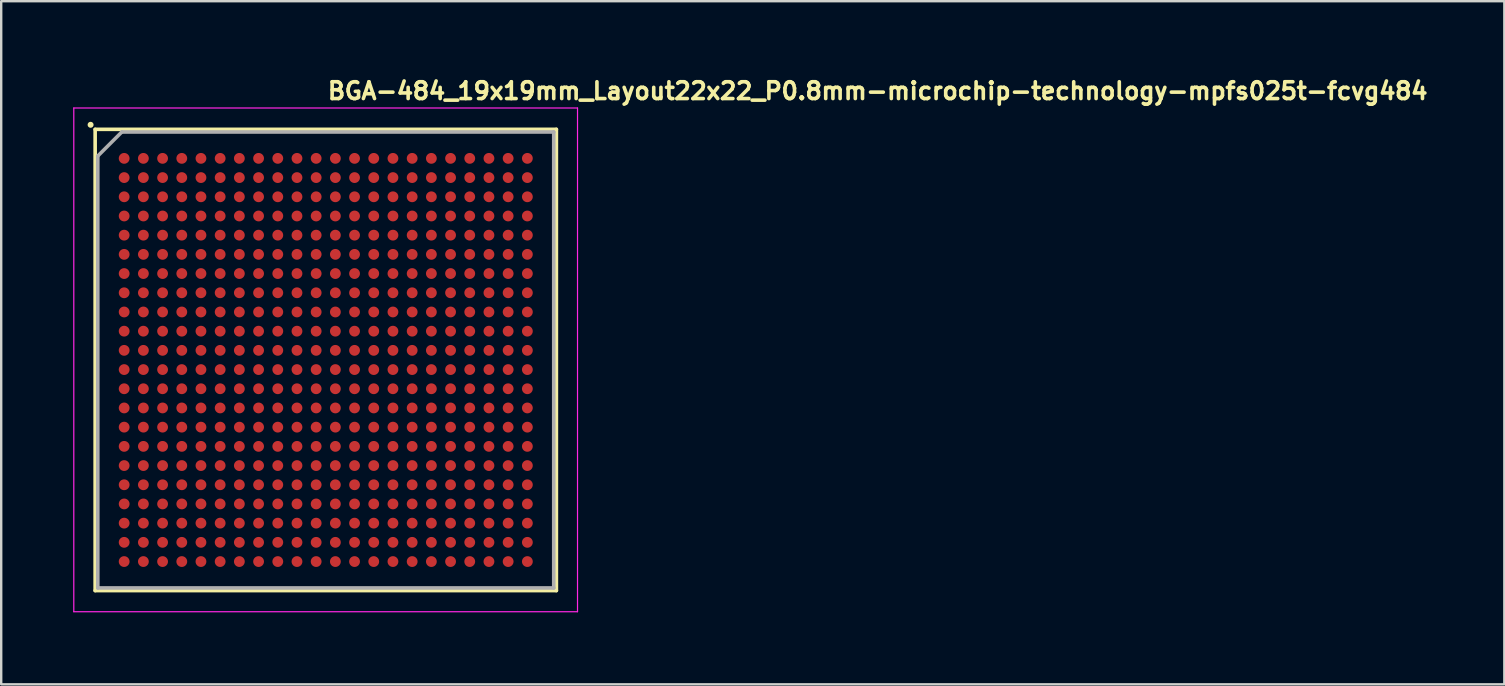
<source format=kicad_pcb>
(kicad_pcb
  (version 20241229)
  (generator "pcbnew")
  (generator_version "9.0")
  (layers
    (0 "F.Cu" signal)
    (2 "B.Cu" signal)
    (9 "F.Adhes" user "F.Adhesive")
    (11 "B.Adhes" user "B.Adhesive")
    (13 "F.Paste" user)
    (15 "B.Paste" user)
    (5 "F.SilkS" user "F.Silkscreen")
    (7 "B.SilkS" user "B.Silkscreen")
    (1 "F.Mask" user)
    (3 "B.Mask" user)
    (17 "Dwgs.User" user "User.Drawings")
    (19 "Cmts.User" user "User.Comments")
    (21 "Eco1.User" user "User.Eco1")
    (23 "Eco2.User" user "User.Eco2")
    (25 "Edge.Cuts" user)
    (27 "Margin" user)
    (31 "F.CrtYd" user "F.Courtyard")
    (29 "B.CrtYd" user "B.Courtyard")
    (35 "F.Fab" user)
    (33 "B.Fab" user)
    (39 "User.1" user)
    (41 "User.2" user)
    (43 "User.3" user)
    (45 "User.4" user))
  (footprint "BGA-484_19x19mm_Layout22x22_P0.8mm-microchip-technology-mpfs025t-fcvg484"
    (layer "F.Cu")
    (at 10.525 11.95)
    (property "Reference" "BGA-484_19x19mm_Layout22x22_P0.8mm-microchip-technology-mpfs025t-fcvg484" (at 0 -10.8 0) (layer "F.SilkS") (effects (font (size 0.7 0.7) (thickness 0.15)) (justify left bottom)))
    (attr smd)
    (fp_line (start -9.61 -9.61) (end 9.609 -9.61) (stroke (width 0.15) (type solid)) (layer "F.SilkS"))
    (fp_line (start -9.61 9.61) (end -9.61 -9.61) (stroke (width 0.15) (type solid)) (layer "F.SilkS"))
    (fp_line (start 9.609 -9.61) (end 9.609 9.609) (stroke (width 0.15) (type solid)) (layer "F.SilkS"))
    (fp_line (start 9.609 9.609) (end -9.61 9.609) (stroke (width 0.15) (type solid)) (layer "F.SilkS"))
    (fp_circle (center -9.8 -9.8) (end -9.75 -9.8) (stroke (width 0.15) (type solid)) (fill yes) (layer "F.SilkS"))
    (fp_line (start -10.5 -10.5) (end -10.5 10.49) (stroke (width 0.05) (type solid)) (layer "F.CrtYd"))
    (fp_line (start -10.5 10.49) (end 10.49 10.49) (stroke (width 0.05) (type solid)) (layer "F.CrtYd"))
    (fp_line (start 10.49 -10.5) (end -10.5 -10.5) (stroke (width 0.05) (type solid)) (layer "F.CrtYd"))
    (fp_line (start 10.49 10.49) (end 10.49 -10.5) (stroke (width 0.05) (type solid)) (layer "F.CrtYd"))
    (fp_line (start -9.5 -8.5) (end -8.5 -9.5) (stroke (width 0.15) (type solid)) (layer "F.Fab"))
    (fp_line (start -9.5 9.499) (end -9.5 -8.5) (stroke (width 0.15) (type solid)) (layer "F.Fab"))
    (fp_line (start -8.5 -9.5) (end 9.499 -9.5) (stroke (width 0.15) (type solid)) (layer "F.Fab"))
    (fp_line (start 9.499 -9.5) (end 9.499 9.499) (stroke (width 0.15) (type solid)) (layer "F.Fab"))
    (fp_line (start 9.499 9.499) (end -9.5 9.499) (stroke (width 0.15) (type solid)) (layer "F.Fab"))
    (fp_line (start -9.5 -9.5) (end -9.5 9.5) (stroke (width 0.1) (type solid)) (layer "User.9"))
    (fp_line (start -9.5 9.5) (end 9.5 9.5) (stroke (width 0.1) (type solid)) (layer "User.9"))
    (fp_line (start 9.5 -9.5) (end -9.5 -9.5) (stroke (width 0.1) (type solid)) (layer "User.9"))
    (fp_line (start 9.5 9.5) (end 9.5 -9.5) (stroke (width 0.1) (type solid)) (layer "User.9"))
    (fp_circle (center -7.6 -7.6) (end -7.126 -7.6) (stroke (width 0.1) (type default)) (fill no) (layer "User.9"))
    (pad "A1" smd circle (at -8.401 -8.401) (size 0.45 0.45) (layers "F.Cu" "F.Mask" "F.Paste"))
    (pad "A2" smd circle (at -7.6 -8.401) (size 0.45 0.45) (layers "F.Cu" "F.Mask" "F.Paste"))
    (pad "A3" smd circle (at -6.8 -8.401) (size 0.45 0.45) (layers "F.Cu" "F.Mask" "F.Paste"))
    (pad "A4" smd circle (at -6 -8.401) (size 0.45 0.45) (layers "F.Cu" "F.Mask" "F.Paste"))
    (pad "A5" smd circle (at -5.201 -8.401) (size 0.45 0.45) (layers "F.Cu" "F.Mask" "F.Paste"))
    (pad "A6" smd circle (at -4.401 -8.401) (size 0.45 0.45) (layers "F.Cu" "F.Mask" "F.Paste"))
    (pad "A7" smd circle (at -3.601 -8.401) (size 0.45 0.45) (layers "F.Cu" "F.Mask" "F.Paste"))
    (pad "A8" smd circle (at -2.8 -8.401) (size 0.45 0.45) (layers "F.Cu" "F.Mask" "F.Paste"))
    (pad "A9" smd circle (at -2 -8.401) (size 0.45 0.45) (layers "F.Cu" "F.Mask" "F.Paste"))
    (pad "A10" smd circle (at -1.2 -8.401) (size 0.45 0.45) (layers "F.Cu" "F.Mask" "F.Paste"))
    (pad "A11" smd circle (at -0.401 -8.401) (size 0.45 0.45) (layers "F.Cu" "F.Mask" "F.Paste"))
    (pad "A12" smd circle (at 0.4 -8.401) (size 0.45 0.45) (layers "F.Cu" "F.Mask" "F.Paste"))
    (pad "A13" smd circle (at 1.199 -8.401) (size 0.45 0.45) (layers "F.Cu" "F.Mask" "F.Paste"))
    (pad "A14" smd circle (at 1.999 -8.401) (size 0.45 0.45) (layers "F.Cu" "F.Mask" "F.Paste"))
    (pad "A15" smd circle (at 2.799 -8.401) (size 0.45 0.45) (layers "F.Cu" "F.Mask" "F.Paste"))
    (pad "A16" smd circle (at 3.6 -8.401) (size 0.45 0.45) (layers "F.Cu" "F.Mask" "F.Paste"))
    (pad "A17" smd circle (at 4.4 -8.401) (size 0.45 0.45) (layers "F.Cu" "F.Mask" "F.Paste"))
    (pad "A18" smd circle (at 5.2 -8.401) (size 0.45 0.45) (layers "F.Cu" "F.Mask" "F.Paste"))
    (pad "A19" smd circle (at 5.999 -8.401) (size 0.45 0.45) (layers "F.Cu" "F.Mask" "F.Paste"))
    (pad "A20" smd circle (at 6.799 -8.401) (size 0.45 0.45) (layers "F.Cu" "F.Mask" "F.Paste"))
    (pad "A21" smd circle (at 7.599 -8.401) (size 0.45 0.45) (layers "F.Cu" "F.Mask" "F.Paste"))
    (pad "A22" smd circle (at 8.4 -8.401) (size 0.45 0.45) (layers "F.Cu" "F.Mask" "F.Paste"))
    (pad "AA1" smd circle (at -8.401 7.599) (size 0.45 0.45) (layers "F.Cu" "F.Mask" "F.Paste"))
    (pad "AA2" smd circle (at -7.6 7.599) (size 0.45 0.45) (layers "F.Cu" "F.Mask" "F.Paste"))
    (pad "AA3" smd circle (at -6.8 7.599) (size 0.45 0.45) (layers "F.Cu" "F.Mask" "F.Paste"))
    (pad "AA4" smd circle (at -6 7.599) (size 0.45 0.45) (layers "F.Cu" "F.Mask" "F.Paste"))
    (pad "AA5" smd circle (at -5.201 7.599) (size 0.45 0.45) (layers "F.Cu" "F.Mask" "F.Paste"))
    (pad "AA6" smd circle (at -4.401 7.599) (size 0.45 0.45) (layers "F.Cu" "F.Mask" "F.Paste"))
    (pad "AA7" smd circle (at -3.601 7.599) (size 0.45 0.45) (layers "F.Cu" "F.Mask" "F.Paste"))
    (pad "AA8" smd circle (at -2.8 7.599) (size 0.45 0.45) (layers "F.Cu" "F.Mask" "F.Paste"))
    (pad "AA9" smd circle (at -2 7.599) (size 0.45 0.45) (layers "F.Cu" "F.Mask" "F.Paste"))
    (pad "AA10" smd circle (at -1.2 7.599) (size 0.45 0.45) (layers "F.Cu" "F.Mask" "F.Paste"))
    (pad "AA11" smd circle (at -0.401 7.599) (size 0.45 0.45) (layers "F.Cu" "F.Mask" "F.Paste"))
    (pad "AA12" smd circle (at 0.4 7.599) (size 0.45 0.45) (layers "F.Cu" "F.Mask" "F.Paste"))
    (pad "AA13" smd circle (at 1.199 7.599) (size 0.45 0.45) (layers "F.Cu" "F.Mask" "F.Paste"))
    (pad "AA14" smd circle (at 1.999 7.599) (size 0.45 0.45) (layers "F.Cu" "F.Mask" "F.Paste"))
    (pad "AA15" smd circle (at 2.799 7.599) (size 0.45 0.45) (layers "F.Cu" "F.Mask" "F.Paste"))
    (pad "AA16" smd circle (at 3.6 7.599) (size 0.45 0.45) (layers "F.Cu" "F.Mask" "F.Paste"))
    (pad "AA17" smd circle (at 4.4 7.599) (size 0.45 0.45) (layers "F.Cu" "F.Mask" "F.Paste"))
    (pad "AA18" smd circle (at 5.2 7.599) (size 0.45 0.45) (layers "F.Cu" "F.Mask" "F.Paste"))
    (pad "AA19" smd circle (at 5.999 7.599) (size 0.45 0.45) (layers "F.Cu" "F.Mask" "F.Paste"))
    (pad "AA20" smd circle (at 6.799 7.599) (size 0.45 0.45) (layers "F.Cu" "F.Mask" "F.Paste"))
    (pad "AA21" smd circle (at 7.599 7.599) (size 0.45 0.45) (layers "F.Cu" "F.Mask" "F.Paste"))
    (pad "AA22" smd circle (at 8.4 7.599) (size 0.45 0.45) (layers "F.Cu" "F.Mask" "F.Paste"))
    (pad "AB1" smd circle (at -8.401 8.4) (size 0.45 0.45) (layers "F.Cu" "F.Mask" "F.Paste"))
    (pad "AB2" smd circle (at -7.6 8.4) (size 0.45 0.45) (layers "F.Cu" "F.Mask" "F.Paste"))
    (pad "AB3" smd circle (at -6.8 8.4) (size 0.45 0.45) (layers "F.Cu" "F.Mask" "F.Paste"))
    (pad "AB4" smd circle (at -6 8.4) (size 0.45 0.45) (layers "F.Cu" "F.Mask" "F.Paste"))
    (pad "AB5" smd circle (at -5.201 8.4) (size 0.45 0.45) (layers "F.Cu" "F.Mask" "F.Paste"))
    (pad "AB6" smd circle (at -4.401 8.4) (size 0.45 0.45) (layers "F.Cu" "F.Mask" "F.Paste"))
    (pad "AB7" smd circle (at -3.601 8.4) (size 0.45 0.45) (layers "F.Cu" "F.Mask" "F.Paste"))
    (pad "AB8" smd circle (at -2.8 8.4) (size 0.45 0.45) (layers "F.Cu" "F.Mask" "F.Paste"))
    (pad "AB9" smd circle (at -2 8.4) (size 0.45 0.45) (layers "F.Cu" "F.Mask" "F.Paste"))
    (pad "AB10" smd circle (at -1.2 8.4) (size 0.45 0.45) (layers "F.Cu" "F.Mask" "F.Paste"))
    (pad "AB11" smd circle (at -0.401 8.4) (size 0.45 0.45) (layers "F.Cu" "F.Mask" "F.Paste"))
    (pad "AB12" smd circle (at 0.4 8.4) (size 0.45 0.45) (layers "F.Cu" "F.Mask" "F.Paste"))
    (pad "AB13" smd circle (at 1.199 8.4) (size 0.45 0.45) (layers "F.Cu" "F.Mask" "F.Paste"))
    (pad "AB14" smd circle (at 1.999 8.4) (size 0.45 0.45) (layers "F.Cu" "F.Mask" "F.Paste"))
    (pad "AB15" smd circle (at 2.799 8.4) (size 0.45 0.45) (layers "F.Cu" "F.Mask" "F.Paste"))
    (pad "AB16" smd circle (at 3.6 8.4) (size 0.45 0.45) (layers "F.Cu" "F.Mask" "F.Paste"))
    (pad "AB17" smd circle (at 4.4 8.4) (size 0.45 0.45) (layers "F.Cu" "F.Mask" "F.Paste"))
    (pad "AB18" smd circle (at 5.2 8.4) (size 0.45 0.45) (layers "F.Cu" "F.Mask" "F.Paste"))
    (pad "AB19" smd circle (at 5.999 8.4) (size 0.45 0.45) (layers "F.Cu" "F.Mask" "F.Paste"))
    (pad "AB20" smd circle (at 6.799 8.4) (size 0.45 0.45) (layers "F.Cu" "F.Mask" "F.Paste"))
    (pad "AB21" smd circle (at 7.599 8.4) (size 0.45 0.45) (layers "F.Cu" "F.Mask" "F.Paste"))
    (pad "AB22" smd circle (at 8.4 8.4) (size 0.45 0.45) (layers "F.Cu" "F.Mask" "F.Paste"))
    (pad "B1" smd circle (at -8.401 -7.6) (size 0.45 0.45) (layers "F.Cu" "F.Mask" "F.Paste"))
    (pad "B2" smd circle (at -7.6 -7.6) (size 0.45 0.45) (layers "F.Cu" "F.Mask" "F.Paste"))
    (pad "B3" smd circle (at -6.8 -7.6) (size 0.45 0.45) (layers "F.Cu" "F.Mask" "F.Paste"))
    (pad "B4" smd circle (at -6 -7.6) (size 0.45 0.45) (layers "F.Cu" "F.Mask" "F.Paste"))
    (pad "B5" smd circle (at -5.201 -7.6) (size 0.45 0.45) (layers "F.Cu" "F.Mask" "F.Paste"))
    (pad "B6" smd circle (at -4.401 -7.6) (size 0.45 0.45) (layers "F.Cu" "F.Mask" "F.Paste"))
    (pad "B7" smd circle (at -3.601 -7.6) (size 0.45 0.45) (layers "F.Cu" "F.Mask" "F.Paste"))
    (pad "B8" smd circle (at -2.8 -7.6) (size 0.45 0.45) (layers "F.Cu" "F.Mask" "F.Paste"))
    (pad "B9" smd circle (at -2 -7.6) (size 0.45 0.45) (layers "F.Cu" "F.Mask" "F.Paste"))
    (pad "B10" smd circle (at -1.2 -7.6) (size 0.45 0.45) (layers "F.Cu" "F.Mask" "F.Paste"))
    (pad "B11" smd circle (at -0.401 -7.6) (size 0.45 0.45) (layers "F.Cu" "F.Mask" "F.Paste"))
    (pad "B12" smd circle (at 0.4 -7.6) (size 0.45 0.45) (layers "F.Cu" "F.Mask" "F.Paste"))
    (pad "B13" smd circle (at 1.199 -7.6) (size 0.45 0.45) (layers "F.Cu" "F.Mask" "F.Paste"))
    (pad "B14" smd circle (at 1.999 -7.6) (size 0.45 0.45) (layers "F.Cu" "F.Mask" "F.Paste"))
    (pad "B15" smd circle (at 2.799 -7.6) (size 0.45 0.45) (layers "F.Cu" "F.Mask" "F.Paste"))
    (pad "B16" smd circle (at 3.6 -7.6) (size 0.45 0.45) (layers "F.Cu" "F.Mask" "F.Paste"))
    (pad "B17" smd circle (at 4.4 -7.6) (size 0.45 0.45) (layers "F.Cu" "F.Mask" "F.Paste"))
    (pad "B18" smd circle (at 5.2 -7.6) (size 0.45 0.45) (layers "F.Cu" "F.Mask" "F.Paste"))
    (pad "B19" smd circle (at 5.999 -7.6) (size 0.45 0.45) (layers "F.Cu" "F.Mask" "F.Paste"))
    (pad "B20" smd circle (at 6.799 -7.6) (size 0.45 0.45) (layers "F.Cu" "F.Mask" "F.Paste"))
    (pad "B21" smd circle (at 7.599 -7.6) (size 0.45 0.45) (layers "F.Cu" "F.Mask" "F.Paste"))
    (pad "B22" smd circle (at 8.4 -7.6) (size 0.45 0.45) (layers "F.Cu" "F.Mask" "F.Paste"))
    (pad "C1" smd circle (at -8.401 -6.8) (size 0.45 0.45) (layers "F.Cu" "F.Mask" "F.Paste"))
    (pad "C2" smd circle (at -7.6 -6.8) (size 0.45 0.45) (layers "F.Cu" "F.Mask" "F.Paste"))
    (pad "C3" smd circle (at -6.8 -6.8) (size 0.45 0.45) (layers "F.Cu" "F.Mask" "F.Paste"))
    (pad "C4" smd circle (at -6 -6.8) (size 0.45 0.45) (layers "F.Cu" "F.Mask" "F.Paste"))
    (pad "C5" smd circle (at -5.201 -6.8) (size 0.45 0.45) (layers "F.Cu" "F.Mask" "F.Paste"))
    (pad "C6" smd circle (at -4.401 -6.8) (size 0.45 0.45) (layers "F.Cu" "F.Mask" "F.Paste"))
    (pad "C7" smd circle (at -3.601 -6.8) (size 0.45 0.45) (layers "F.Cu" "F.Mask" "F.Paste"))
    (pad "C8" smd circle (at -2.8 -6.8) (size 0.45 0.45) (layers "F.Cu" "F.Mask" "F.Paste"))
    (pad "C9" smd circle (at -2 -6.8) (size 0.45 0.45) (layers "F.Cu" "F.Mask" "F.Paste"))
    (pad "C10" smd circle (at -1.2 -6.8) (size 0.45 0.45) (layers "F.Cu" "F.Mask" "F.Paste"))
    (pad "C11" smd circle (at -0.401 -6.8) (size 0.45 0.45) (layers "F.Cu" "F.Mask" "F.Paste"))
    (pad "C12" smd circle (at 0.4 -6.8) (size 0.45 0.45) (layers "F.Cu" "F.Mask" "F.Paste"))
    (pad "C13" smd circle (at 1.199 -6.8) (size 0.45 0.45) (layers "F.Cu" "F.Mask" "F.Paste"))
    (pad "C14" smd circle (at 1.999 -6.8) (size 0.45 0.45) (layers "F.Cu" "F.Mask" "F.Paste"))
    (pad "C15" smd circle (at 2.799 -6.8) (size 0.45 0.45) (layers "F.Cu" "F.Mask" "F.Paste"))
    (pad "C16" smd circle (at 3.6 -6.8) (size 0.45 0.45) (layers "F.Cu" "F.Mask" "F.Paste"))
    (pad "C17" smd circle (at 4.4 -6.8) (size 0.45 0.45) (layers "F.Cu" "F.Mask" "F.Paste"))
    (pad "C18" smd circle (at 5.2 -6.8) (size 0.45 0.45) (layers "F.Cu" "F.Mask" "F.Paste"))
    (pad "C19" smd circle (at 5.999 -6.8) (size 0.45 0.45) (layers "F.Cu" "F.Mask" "F.Paste"))
    (pad "C20" smd circle (at 6.799 -6.8) (size 0.45 0.45) (layers "F.Cu" "F.Mask" "F.Paste"))
    (pad "C21" smd circle (at 7.599 -6.8) (size 0.45 0.45) (layers "F.Cu" "F.Mask" "F.Paste"))
    (pad "C22" smd circle (at 8.4 -6.8) (size 0.45 0.45) (layers "F.Cu" "F.Mask" "F.Paste"))
    (pad "D1" smd circle (at -8.401 -6) (size 0.45 0.45) (layers "F.Cu" "F.Mask" "F.Paste"))
    (pad "D2" smd circle (at -7.6 -6) (size 0.45 0.45) (layers "F.Cu" "F.Mask" "F.Paste"))
    (pad "D3" smd circle (at -6.8 -6) (size 0.45 0.45) (layers "F.Cu" "F.Mask" "F.Paste"))
    (pad "D4" smd circle (at -6 -6) (size 0.45 0.45) (layers "F.Cu" "F.Mask" "F.Paste"))
    (pad "D5" smd circle (at -5.201 -6) (size 0.45 0.45) (layers "F.Cu" "F.Mask" "F.Paste"))
    (pad "D6" smd circle (at -4.401 -6) (size 0.45 0.45) (layers "F.Cu" "F.Mask" "F.Paste"))
    (pad "D7" smd circle (at -3.601 -6) (size 0.45 0.45) (layers "F.Cu" "F.Mask" "F.Paste"))
    (pad "D8" smd circle (at -2.8 -6) (size 0.45 0.45) (layers "F.Cu" "F.Mask" "F.Paste"))
    (pad "D9" smd circle (at -2 -6) (size 0.45 0.45) (layers "F.Cu" "F.Mask" "F.Paste"))
    (pad "D10" smd circle (at -1.2 -6) (size 0.45 0.45) (layers "F.Cu" "F.Mask" "F.Paste"))
    (pad "D11" smd circle (at -0.401 -6) (size 0.45 0.45) (layers "F.Cu" "F.Mask" "F.Paste"))
    (pad "D12" smd circle (at 0.4 -6) (size 0.45 0.45) (layers "F.Cu" "F.Mask" "F.Paste"))
    (pad "D13" smd circle (at 1.199 -6) (size 0.45 0.45) (layers "F.Cu" "F.Mask" "F.Paste"))
    (pad "D14" smd circle (at 1.999 -6) (size 0.45 0.45) (layers "F.Cu" "F.Mask" "F.Paste"))
    (pad "D15" smd circle (at 2.799 -6) (size 0.45 0.45) (layers "F.Cu" "F.Mask" "F.Paste"))
    (pad "D16" smd circle (at 3.6 -6) (size 0.45 0.45) (layers "F.Cu" "F.Mask" "F.Paste"))
    (pad "D17" smd circle (at 4.4 -6) (size 0.45 0.45) (layers "F.Cu" "F.Mask" "F.Paste"))
    (pad "D18" smd circle (at 5.2 -6) (size 0.45 0.45) (layers "F.Cu" "F.Mask" "F.Paste"))
    (pad "D19" smd circle (at 5.999 -6) (size 0.45 0.45) (layers "F.Cu" "F.Mask" "F.Paste"))
    (pad "D20" smd circle (at 6.799 -6) (size 0.45 0.45) (layers "F.Cu" "F.Mask" "F.Paste"))
    (pad "D21" smd circle (at 7.599 -6) (size 0.45 0.45) (layers "F.Cu" "F.Mask" "F.Paste"))
    (pad "D22" smd circle (at 8.4 -6) (size 0.45 0.45) (layers "F.Cu" "F.Mask" "F.Paste"))
    (pad "E1" smd circle (at -8.401 -5.201) (size 0.45 0.45) (layers "F.Cu" "F.Mask" "F.Paste"))
    (pad "E2" smd circle (at -7.6 -5.201) (size 0.45 0.45) (layers "F.Cu" "F.Mask" "F.Paste"))
    (pad "E3" smd circle (at -6.8 -5.201) (size 0.45 0.45) (layers "F.Cu" "F.Mask" "F.Paste"))
    (pad "E4" smd circle (at -6 -5.201) (size 0.45 0.45) (layers "F.Cu" "F.Mask" "F.Paste"))
    (pad "E5" smd circle (at -5.201 -5.201) (size 0.45 0.45) (layers "F.Cu" "F.Mask" "F.Paste"))
    (pad "E6" smd circle (at -4.401 -5.201) (size 0.45 0.45) (layers "F.Cu" "F.Mask" "F.Paste"))
    (pad "E7" smd circle (at -3.601 -5.201) (size 0.45 0.45) (layers "F.Cu" "F.Mask" "F.Paste"))
    (pad "E8" smd circle (at -2.8 -5.201) (size 0.45 0.45) (layers "F.Cu" "F.Mask" "F.Paste"))
    (pad "E9" smd circle (at -2 -5.201) (size 0.45 0.45) (layers "F.Cu" "F.Mask" "F.Paste"))
    (pad "E10" smd circle (at -1.2 -5.201) (size 0.45 0.45) (layers "F.Cu" "F.Mask" "F.Paste"))
    (pad "E11" smd circle (at -0.401 -5.201) (size 0.45 0.45) (layers "F.Cu" "F.Mask" "F.Paste"))
    (pad "E12" smd circle (at 0.4 -5.201) (size 0.45 0.45) (layers "F.Cu" "F.Mask" "F.Paste"))
    (pad "E13" smd circle (at 1.199 -5.201) (size 0.45 0.45) (layers "F.Cu" "F.Mask" "F.Paste"))
    (pad "E14" smd circle (at 1.999 -5.201) (size 0.45 0.45) (layers "F.Cu" "F.Mask" "F.Paste"))
    (pad "E15" smd circle (at 2.799 -5.201) (size 0.45 0.45) (layers "F.Cu" "F.Mask" "F.Paste"))
    (pad "E16" smd circle (at 3.6 -5.201) (size 0.45 0.45) (layers "F.Cu" "F.Mask" "F.Paste"))
    (pad "E17" smd circle (at 4.4 -5.201) (size 0.45 0.45) (layers "F.Cu" "F.Mask" "F.Paste"))
    (pad "E18" smd circle (at 5.2 -5.201) (size 0.45 0.45) (layers "F.Cu" "F.Mask" "F.Paste"))
    (pad "E19" smd circle (at 5.999 -5.201) (size 0.45 0.45) (layers "F.Cu" "F.Mask" "F.Paste"))
    (pad "E20" smd circle (at 6.799 -5.201) (size 0.45 0.45) (layers "F.Cu" "F.Mask" "F.Paste"))
    (pad "E21" smd circle (at 7.599 -5.201) (size 0.45 0.45) (layers "F.Cu" "F.Mask" "F.Paste"))
    (pad "E22" smd circle (at 8.4 -5.201) (size 0.45 0.45) (layers "F.Cu" "F.Mask" "F.Paste"))
    (pad "F1" smd circle (at -8.401 -4.401) (size 0.45 0.45) (layers "F.Cu" "F.Mask" "F.Paste"))
    (pad "F2" smd circle (at -7.6 -4.401) (size 0.45 0.45) (layers "F.Cu" "F.Mask" "F.Paste"))
    (pad "F3" smd circle (at -6.8 -4.401) (size 0.45 0.45) (layers "F.Cu" "F.Mask" "F.Paste"))
    (pad "F4" smd circle (at -6 -4.401) (size 0.45 0.45) (layers "F.Cu" "F.Mask" "F.Paste"))
    (pad "F5" smd circle (at -5.201 -4.401) (size 0.45 0.45) (layers "F.Cu" "F.Mask" "F.Paste"))
    (pad "F6" smd circle (at -4.401 -4.401) (size 0.45 0.45) (layers "F.Cu" "F.Mask" "F.Paste"))
    (pad "F7" smd circle (at -3.601 -4.401) (size 0.45 0.45) (layers "F.Cu" "F.Mask" "F.Paste"))
    (pad "F8" smd circle (at -2.8 -4.401) (size 0.45 0.45) (layers "F.Cu" "F.Mask" "F.Paste"))
    (pad "F9" smd circle (at -2 -4.401) (size 0.45 0.45) (layers "F.Cu" "F.Mask" "F.Paste"))
    (pad "F10" smd circle (at -1.2 -4.401) (size 0.45 0.45) (layers "F.Cu" "F.Mask" "F.Paste"))
    (pad "F11" smd circle (at -0.401 -4.401) (size 0.45 0.45) (layers "F.Cu" "F.Mask" "F.Paste"))
    (pad "F12" smd circle (at 0.4 -4.401) (size 0.45 0.45) (layers "F.Cu" "F.Mask" "F.Paste"))
    (pad "F13" smd circle (at 1.199 -4.401) (size 0.45 0.45) (layers "F.Cu" "F.Mask" "F.Paste"))
    (pad "F14" smd circle (at 1.999 -4.401) (size 0.45 0.45) (layers "F.Cu" "F.Mask" "F.Paste"))
    (pad "F15" smd circle (at 2.799 -4.401) (size 0.45 0.45) (layers "F.Cu" "F.Mask" "F.Paste"))
    (pad "F16" smd circle (at 3.6 -4.401) (size 0.45 0.45) (layers "F.Cu" "F.Mask" "F.Paste"))
    (pad "F17" smd circle (at 4.4 -4.401) (size 0.45 0.45) (layers "F.Cu" "F.Mask" "F.Paste"))
    (pad "F18" smd circle (at 5.2 -4.401) (size 0.45 0.45) (layers "F.Cu" "F.Mask" "F.Paste"))
    (pad "F19" smd circle (at 5.999 -4.401) (size 0.45 0.45) (layers "F.Cu" "F.Mask" "F.Paste"))
    (pad "F20" smd circle (at 6.799 -4.401) (size 0.45 0.45) (layers "F.Cu" "F.Mask" "F.Paste"))
    (pad "F21" smd circle (at 7.599 -4.401) (size 0.45 0.45) (layers "F.Cu" "F.Mask" "F.Paste"))
    (pad "F22" smd circle (at 8.4 -4.401) (size 0.45 0.45) (layers "F.Cu" "F.Mask" "F.Paste"))
    (pad "G1" smd circle (at -8.401 -3.601) (size 0.45 0.45) (layers "F.Cu" "F.Mask" "F.Paste"))
    (pad "G2" smd circle (at -7.6 -3.601) (size 0.45 0.45) (layers "F.Cu" "F.Mask" "F.Paste"))
    (pad "G3" smd circle (at -6.8 -3.601) (size 0.45 0.45) (layers "F.Cu" "F.Mask" "F.Paste"))
    (pad "G4" smd circle (at -6 -3.601) (size 0.45 0.45) (layers "F.Cu" "F.Mask" "F.Paste"))
    (pad "G5" smd circle (at -5.201 -3.601) (size 0.45 0.45) (layers "F.Cu" "F.Mask" "F.Paste"))
    (pad "G6" smd circle (at -4.401 -3.601) (size 0.45 0.45) (layers "F.Cu" "F.Mask" "F.Paste"))
    (pad "G7" smd circle (at -3.601 -3.601) (size 0.45 0.45) (layers "F.Cu" "F.Mask" "F.Paste"))
    (pad "G8" smd circle (at -2.8 -3.601) (size 0.45 0.45) (layers "F.Cu" "F.Mask" "F.Paste"))
    (pad "G9" smd circle (at -2 -3.601) (size 0.45 0.45) (layers "F.Cu" "F.Mask" "F.Paste"))
    (pad "G10" smd circle (at -1.2 -3.601) (size 0.45 0.45) (layers "F.Cu" "F.Mask" "F.Paste"))
    (pad "G11" smd circle (at -0.401 -3.601) (size 0.45 0.45) (layers "F.Cu" "F.Mask" "F.Paste"))
    (pad "G12" smd circle (at 0.4 -3.601) (size 0.45 0.45) (layers "F.Cu" "F.Mask" "F.Paste"))
    (pad "G13" smd circle (at 1.199 -3.601) (size 0.45 0.45) (layers "F.Cu" "F.Mask" "F.Paste"))
    (pad "G14" smd circle (at 1.999 -3.601) (size 0.45 0.45) (layers "F.Cu" "F.Mask" "F.Paste"))
    (pad "G15" smd circle (at 2.799 -3.601) (size 0.45 0.45) (layers "F.Cu" "F.Mask" "F.Paste"))
    (pad "G16" smd circle (at 3.6 -3.601) (size 0.45 0.45) (layers "F.Cu" "F.Mask" "F.Paste"))
    (pad "G17" smd circle (at 4.4 -3.601) (size 0.45 0.45) (layers "F.Cu" "F.Mask" "F.Paste"))
    (pad "G18" smd circle (at 5.2 -3.601) (size 0.45 0.45) (layers "F.Cu" "F.Mask" "F.Paste"))
    (pad "G19" smd circle (at 5.999 -3.601) (size 0.45 0.45) (layers "F.Cu" "F.Mask" "F.Paste"))
    (pad "G20" smd circle (at 6.799 -3.601) (size 0.45 0.45) (layers "F.Cu" "F.Mask" "F.Paste"))
    (pad "G21" smd circle (at 7.599 -3.601) (size 0.45 0.45) (layers "F.Cu" "F.Mask" "F.Paste"))
    (pad "G22" smd circle (at 8.4 -3.601) (size 0.45 0.45) (layers "F.Cu" "F.Mask" "F.Paste"))
    (pad "H1" smd circle (at -8.401 -2.8) (size 0.45 0.45) (layers "F.Cu" "F.Mask" "F.Paste"))
    (pad "H2" smd circle (at -7.6 -2.8) (size 0.45 0.45) (layers "F.Cu" "F.Mask" "F.Paste"))
    (pad "H3" smd circle (at -6.8 -2.8) (size 0.45 0.45) (layers "F.Cu" "F.Mask" "F.Paste"))
    (pad "H4" smd circle (at -6 -2.8) (size 0.45 0.45) (layers "F.Cu" "F.Mask" "F.Paste"))
    (pad "H5" smd circle (at -5.201 -2.8) (size 0.45 0.45) (layers "F.Cu" "F.Mask" "F.Paste"))
    (pad "H6" smd circle (at -4.401 -2.8) (size 0.45 0.45) (layers "F.Cu" "F.Mask" "F.Paste"))
    (pad "H7" smd circle (at -3.601 -2.8) (size 0.45 0.45) (layers "F.Cu" "F.Mask" "F.Paste"))
    (pad "H8" smd circle (at -2.8 -2.8) (size 0.45 0.45) (layers "F.Cu" "F.Mask" "F.Paste"))
    (pad "H9" smd circle (at -2 -2.8) (size 0.45 0.45) (layers "F.Cu" "F.Mask" "F.Paste"))
    (pad "H10" smd circle (at -1.2 -2.8) (size 0.45 0.45) (layers "F.Cu" "F.Mask" "F.Paste"))
    (pad "H11" smd circle (at -0.401 -2.8) (size 0.45 0.45) (layers "F.Cu" "F.Mask" "F.Paste"))
    (pad "H12" smd circle (at 0.4 -2.8) (size 0.45 0.45) (layers "F.Cu" "F.Mask" "F.Paste"))
    (pad "H13" smd circle (at 1.199 -2.8) (size 0.45 0.45) (layers "F.Cu" "F.Mask" "F.Paste"))
    (pad "H14" smd circle (at 1.999 -2.8) (size 0.45 0.45) (layers "F.Cu" "F.Mask" "F.Paste"))
    (pad "H15" smd circle (at 2.799 -2.8) (size 0.45 0.45) (layers "F.Cu" "F.Mask" "F.Paste"))
    (pad "H16" smd circle (at 3.6 -2.8) (size 0.45 0.45) (layers "F.Cu" "F.Mask" "F.Paste"))
    (pad "H17" smd circle (at 4.4 -2.8) (size 0.45 0.45) (layers "F.Cu" "F.Mask" "F.Paste"))
    (pad "H18" smd circle (at 5.2 -2.8) (size 0.45 0.45) (layers "F.Cu" "F.Mask" "F.Paste"))
    (pad "H19" smd circle (at 5.999 -2.8) (size 0.45 0.45) (layers "F.Cu" "F.Mask" "F.Paste"))
    (pad "H20" smd circle (at 6.799 -2.8) (size 0.45 0.45) (layers "F.Cu" "F.Mask" "F.Paste"))
    (pad "H21" smd circle (at 7.599 -2.8) (size 0.45 0.45) (layers "F.Cu" "F.Mask" "F.Paste"))
    (pad "H22" smd circle (at 8.4 -2.8) (size 0.45 0.45) (layers "F.Cu" "F.Mask" "F.Paste"))
    (pad "J1" smd circle (at -8.401 -2) (size 0.45 0.45) (layers "F.Cu" "F.Mask" "F.Paste"))
    (pad "J2" smd circle (at -7.6 -2) (size 0.45 0.45) (layers "F.Cu" "F.Mask" "F.Paste"))
    (pad "J3" smd circle (at -6.8 -2) (size 0.45 0.45) (layers "F.Cu" "F.Mask" "F.Paste"))
    (pad "J4" smd circle (at -6 -2) (size 0.45 0.45) (layers "F.Cu" "F.Mask" "F.Paste"))
    (pad "J5" smd circle (at -5.201 -2) (size 0.45 0.45) (layers "F.Cu" "F.Mask" "F.Paste"))
    (pad "J6" smd circle (at -4.401 -2) (size 0.45 0.45) (layers "F.Cu" "F.Mask" "F.Paste"))
    (pad "J7" smd circle (at -3.601 -2) (size 0.45 0.45) (layers "F.Cu" "F.Mask" "F.Paste"))
    (pad "J8" smd circle (at -2.8 -2) (size 0.45 0.45) (layers "F.Cu" "F.Mask" "F.Paste"))
    (pad "J9" smd circle (at -2 -2) (size 0.45 0.45) (layers "F.Cu" "F.Mask" "F.Paste"))
    (pad "J10" smd circle (at -1.2 -2) (size 0.45 0.45) (layers "F.Cu" "F.Mask" "F.Paste"))
    (pad "J11" smd circle (at -0.401 -2) (size 0.45 0.45) (layers "F.Cu" "F.Mask" "F.Paste"))
    (pad "J12" smd circle (at 0.4 -2) (size 0.45 0.45) (layers "F.Cu" "F.Mask" "F.Paste"))
    (pad "J13" smd circle (at 1.199 -2) (size 0.45 0.45) (layers "F.Cu" "F.Mask" "F.Paste"))
    (pad "J14" smd circle (at 1.999 -2) (size 0.45 0.45) (layers "F.Cu" "F.Mask" "F.Paste"))
    (pad "J15" smd circle (at 2.799 -2) (size 0.45 0.45) (layers "F.Cu" "F.Mask" "F.Paste"))
    (pad "J16" smd circle (at 3.6 -2) (size 0.45 0.45) (layers "F.Cu" "F.Mask" "F.Paste"))
    (pad "J17" smd circle (at 4.4 -2) (size 0.45 0.45) (layers "F.Cu" "F.Mask" "F.Paste"))
    (pad "J18" smd circle (at 5.2 -2) (size 0.45 0.45) (layers "F.Cu" "F.Mask" "F.Paste"))
    (pad "J19" smd circle (at 5.999 -2) (size 0.45 0.45) (layers "F.Cu" "F.Mask" "F.Paste"))
    (pad "J20" smd circle (at 6.799 -2) (size 0.45 0.45) (layers "F.Cu" "F.Mask" "F.Paste"))
    (pad "J21" smd circle (at 7.599 -2) (size 0.45 0.45) (layers "F.Cu" "F.Mask" "F.Paste"))
    (pad "J22" smd circle (at 8.4 -2) (size 0.45 0.45) (layers "F.Cu" "F.Mask" "F.Paste"))
    (pad "K1" smd circle (at -8.401 -1.2) (size 0.45 0.45) (layers "F.Cu" "F.Mask" "F.Paste"))
    (pad "K2" smd circle (at -7.6 -1.2) (size 0.45 0.45) (layers "F.Cu" "F.Mask" "F.Paste"))
    (pad "K3" smd circle (at -6.8 -1.2) (size 0.45 0.45) (layers "F.Cu" "F.Mask" "F.Paste"))
    (pad "K4" smd circle (at -6 -1.2) (size 0.45 0.45) (layers "F.Cu" "F.Mask" "F.Paste"))
    (pad "K5" smd circle (at -5.201 -1.2) (size 0.45 0.45) (layers "F.Cu" "F.Mask" "F.Paste"))
    (pad "K6" smd circle (at -4.401 -1.2) (size 0.45 0.45) (layers "F.Cu" "F.Mask" "F.Paste"))
    (pad "K7" smd circle (at -3.601 -1.2) (size 0.45 0.45) (layers "F.Cu" "F.Mask" "F.Paste"))
    (pad "K8" smd circle (at -2.8 -1.2) (size 0.45 0.45) (layers "F.Cu" "F.Mask" "F.Paste"))
    (pad "K9" smd circle (at -2 -1.2) (size 0.45 0.45) (layers "F.Cu" "F.Mask" "F.Paste"))
    (pad "K10" smd circle (at -1.2 -1.2) (size 0.45 0.45) (layers "F.Cu" "F.Mask" "F.Paste"))
    (pad "K11" smd circle (at -0.401 -1.2) (size 0.45 0.45) (layers "F.Cu" "F.Mask" "F.Paste"))
    (pad "K12" smd circle (at 0.4 -1.2) (size 0.45 0.45) (layers "F.Cu" "F.Mask" "F.Paste"))
    (pad "K13" smd circle (at 1.199 -1.2) (size 0.45 0.45) (layers "F.Cu" "F.Mask" "F.Paste"))
    (pad "K14" smd circle (at 1.999 -1.2) (size 0.45 0.45) (layers "F.Cu" "F.Mask" "F.Paste"))
    (pad "K15" smd circle (at 2.799 -1.2) (size 0.45 0.45) (layers "F.Cu" "F.Mask" "F.Paste"))
    (pad "K16" smd circle (at 3.6 -1.2) (size 0.45 0.45) (layers "F.Cu" "F.Mask" "F.Paste"))
    (pad "K17" smd circle (at 4.4 -1.2) (size 0.45 0.45) (layers "F.Cu" "F.Mask" "F.Paste"))
    (pad "K18" smd circle (at 5.2 -1.2) (size 0.45 0.45) (layers "F.Cu" "F.Mask" "F.Paste"))
    (pad "K19" smd circle (at 5.999 -1.2) (size 0.45 0.45) (layers "F.Cu" "F.Mask" "F.Paste"))
    (pad "K20" smd circle (at 6.799 -1.2) (size 0.45 0.45) (layers "F.Cu" "F.Mask" "F.Paste"))
    (pad "K21" smd circle (at 7.599 -1.2) (size 0.45 0.45) (layers "F.Cu" "F.Mask" "F.Paste"))
    (pad "K22" smd circle (at 8.4 -1.2) (size 0.45 0.45) (layers "F.Cu" "F.Mask" "F.Paste"))
    (pad "L1" smd circle (at -8.401 -0.401) (size 0.45 0.45) (layers "F.Cu" "F.Mask" "F.Paste"))
    (pad "L2" smd circle (at -7.6 -0.401) (size 0.45 0.45) (layers "F.Cu" "F.Mask" "F.Paste"))
    (pad "L3" smd circle (at -6.8 -0.401) (size 0.45 0.45) (layers "F.Cu" "F.Mask" "F.Paste"))
    (pad "L4" smd circle (at -6 -0.401) (size 0.45 0.45) (layers "F.Cu" "F.Mask" "F.Paste"))
    (pad "L5" smd circle (at -5.201 -0.401) (size 0.45 0.45) (layers "F.Cu" "F.Mask" "F.Paste"))
    (pad "L6" smd circle (at -4.401 -0.401) (size 0.45 0.45) (layers "F.Cu" "F.Mask" "F.Paste"))
    (pad "L7" smd circle (at -3.601 -0.401) (size 0.45 0.45) (layers "F.Cu" "F.Mask" "F.Paste"))
    (pad "L8" smd circle (at -2.8 -0.401) (size 0.45 0.45) (layers "F.Cu" "F.Mask" "F.Paste"))
    (pad "L9" smd circle (at -2 -0.401) (size 0.45 0.45) (layers "F.Cu" "F.Mask" "F.Paste"))
    (pad "L10" smd circle (at -1.2 -0.401) (size 0.45 0.45) (layers "F.Cu" "F.Mask" "F.Paste"))
    (pad "L11" smd circle (at -0.401 -0.401) (size 0.45 0.45) (layers "F.Cu" "F.Mask" "F.Paste"))
    (pad "L12" smd circle (at 0.4 -0.401) (size 0.45 0.45) (layers "F.Cu" "F.Mask" "F.Paste"))
    (pad "L13" smd circle (at 1.199 -0.401) (size 0.45 0.45) (layers "F.Cu" "F.Mask" "F.Paste"))
    (pad "L14" smd circle (at 1.999 -0.401) (size 0.45 0.45) (layers "F.Cu" "F.Mask" "F.Paste"))
    (pad "L15" smd circle (at 2.799 -0.401) (size 0.45 0.45) (layers "F.Cu" "F.Mask" "F.Paste"))
    (pad "L16" smd circle (at 3.6 -0.401) (size 0.45 0.45) (layers "F.Cu" "F.Mask" "F.Paste"))
    (pad "L17" smd circle (at 4.4 -0.401) (size 0.45 0.45) (layers "F.Cu" "F.Mask" "F.Paste"))
    (pad "L18" smd circle (at 5.2 -0.401) (size 0.45 0.45) (layers "F.Cu" "F.Mask" "F.Paste"))
    (pad "L19" smd circle (at 5.999 -0.401) (size 0.45 0.45) (layers "F.Cu" "F.Mask" "F.Paste"))
    (pad "L20" smd circle (at 6.799 -0.401) (size 0.45 0.45) (layers "F.Cu" "F.Mask" "F.Paste"))
    (pad "L21" smd circle (at 7.599 -0.401) (size 0.45 0.45) (layers "F.Cu" "F.Mask" "F.Paste"))
    (pad "L22" smd circle (at 8.4 -0.401) (size 0.45 0.45) (layers "F.Cu" "F.Mask" "F.Paste"))
    (pad "M1" smd circle (at -8.401 0.4) (size 0.45 0.45) (layers "F.Cu" "F.Mask" "F.Paste"))
    (pad "M2" smd circle (at -7.6 0.4) (size 0.45 0.45) (layers "F.Cu" "F.Mask" "F.Paste"))
    (pad "M3" smd circle (at -6.8 0.4) (size 0.45 0.45) (layers "F.Cu" "F.Mask" "F.Paste"))
    (pad "M4" smd circle (at -6 0.4) (size 0.45 0.45) (layers "F.Cu" "F.Mask" "F.Paste"))
    (pad "M5" smd circle (at -5.201 0.4) (size 0.45 0.45) (layers "F.Cu" "F.Mask" "F.Paste"))
    (pad "M6" smd circle (at -4.401 0.4) (size 0.45 0.45) (layers "F.Cu" "F.Mask" "F.Paste"))
    (pad "M7" smd circle (at -3.601 0.4) (size 0.45 0.45) (layers "F.Cu" "F.Mask" "F.Paste"))
    (pad "M8" smd circle (at -2.8 0.4) (size 0.45 0.45) (layers "F.Cu" "F.Mask" "F.Paste"))
    (pad "M9" smd circle (at -2 0.4) (size 0.45 0.45) (layers "F.Cu" "F.Mask" "F.Paste"))
    (pad "M10" smd circle (at -1.2 0.4) (size 0.45 0.45) (layers "F.Cu" "F.Mask" "F.Paste"))
    (pad "M11" smd circle (at -0.401 0.4) (size 0.45 0.45) (layers "F.Cu" "F.Mask" "F.Paste"))
    (pad "M12" smd circle (at 0.4 0.4) (size 0.45 0.45) (layers "F.Cu" "F.Mask" "F.Paste"))
    (pad "M13" smd circle (at 1.199 0.4) (size 0.45 0.45) (layers "F.Cu" "F.Mask" "F.Paste"))
    (pad "M14" smd circle (at 1.999 0.4) (size 0.45 0.45) (layers "F.Cu" "F.Mask" "F.Paste"))
    (pad "M15" smd circle (at 2.799 0.4) (size 0.45 0.45) (layers "F.Cu" "F.Mask" "F.Paste"))
    (pad "M16" smd circle (at 3.6 0.4) (size 0.45 0.45) (layers "F.Cu" "F.Mask" "F.Paste"))
    (pad "M17" smd circle (at 4.4 0.4) (size 0.45 0.45) (layers "F.Cu" "F.Mask" "F.Paste"))
    (pad "M18" smd circle (at 5.2 0.4) (size 0.45 0.45) (layers "F.Cu" "F.Mask" "F.Paste"))
    (pad "M19" smd circle (at 5.999 0.4) (size 0.45 0.45) (layers "F.Cu" "F.Mask" "F.Paste"))
    (pad "M20" smd circle (at 6.799 0.4) (size 0.45 0.45) (layers "F.Cu" "F.Mask" "F.Paste"))
    (pad "M21" smd circle (at 7.599 0.4) (size 0.45 0.45) (layers "F.Cu" "F.Mask" "F.Paste"))
    (pad "M22" smd circle (at 8.4 0.4) (size 0.45 0.45) (layers "F.Cu" "F.Mask" "F.Paste"))
    (pad "N1" smd circle (at -8.401 1.199) (size 0.45 0.45) (layers "F.Cu" "F.Mask" "F.Paste"))
    (pad "N2" smd circle (at -7.6 1.199) (size 0.45 0.45) (layers "F.Cu" "F.Mask" "F.Paste"))
    (pad "N3" smd circle (at -6.8 1.199) (size 0.45 0.45) (layers "F.Cu" "F.Mask" "F.Paste"))
    (pad "N4" smd circle (at -6 1.199) (size 0.45 0.45) (layers "F.Cu" "F.Mask" "F.Paste"))
    (pad "N5" smd circle (at -5.201 1.199) (size 0.45 0.45) (layers "F.Cu" "F.Mask" "F.Paste"))
    (pad "N6" smd circle (at -4.401 1.199) (size 0.45 0.45) (layers "F.Cu" "F.Mask" "F.Paste"))
    (pad "N7" smd circle (at -3.601 1.199) (size 0.45 0.45) (layers "F.Cu" "F.Mask" "F.Paste"))
    (pad "N8" smd circle (at -2.8 1.199) (size 0.45 0.45) (layers "F.Cu" "F.Mask" "F.Paste"))
    (pad "N9" smd circle (at -2 1.199) (size 0.45 0.45) (layers "F.Cu" "F.Mask" "F.Paste"))
    (pad "N10" smd circle (at -1.2 1.199) (size 0.45 0.45) (layers "F.Cu" "F.Mask" "F.Paste"))
    (pad "N11" smd circle (at -0.401 1.199) (size 0.45 0.45) (layers "F.Cu" "F.Mask" "F.Paste"))
    (pad "N12" smd circle (at 0.4 1.199) (size 0.45 0.45) (layers "F.Cu" "F.Mask" "F.Paste"))
    (pad "N13" smd circle (at 1.199 1.199) (size 0.45 0.45) (layers "F.Cu" "F.Mask" "F.Paste"))
    (pad "N14" smd circle (at 1.999 1.199) (size 0.45 0.45) (layers "F.Cu" "F.Mask" "F.Paste"))
    (pad "N15" smd circle (at 2.799 1.199) (size 0.45 0.45) (layers "F.Cu" "F.Mask" "F.Paste"))
    (pad "N16" smd circle (at 3.6 1.199) (size 0.45 0.45) (layers "F.Cu" "F.Mask" "F.Paste"))
    (pad "N17" smd circle (at 4.4 1.199) (size 0.45 0.45) (layers "F.Cu" "F.Mask" "F.Paste"))
    (pad "N18" smd circle (at 5.2 1.199) (size 0.45 0.45) (layers "F.Cu" "F.Mask" "F.Paste"))
    (pad "N19" smd circle (at 5.999 1.199) (size 0.45 0.45) (layers "F.Cu" "F.Mask" "F.Paste"))
    (pad "N20" smd circle (at 6.799 1.199) (size 0.45 0.45) (layers "F.Cu" "F.Mask" "F.Paste"))
    (pad "N21" smd circle (at 7.599 1.199) (size 0.45 0.45) (layers "F.Cu" "F.Mask" "F.Paste"))
    (pad "N22" smd circle (at 8.4 1.199) (size 0.45 0.45) (layers "F.Cu" "F.Mask" "F.Paste"))
    (pad "P1" smd circle (at -8.401 1.999) (size 0.45 0.45) (layers "F.Cu" "F.Mask" "F.Paste"))
    (pad "P2" smd circle (at -7.6 1.999) (size 0.45 0.45) (layers "F.Cu" "F.Mask" "F.Paste"))
    (pad "P3" smd circle (at -6.8 1.999) (size 0.45 0.45) (layers "F.Cu" "F.Mask" "F.Paste"))
    (pad "P4" smd circle (at -6 1.999) (size 0.45 0.45) (layers "F.Cu" "F.Mask" "F.Paste"))
    (pad "P5" smd circle (at -5.201 1.999) (size 0.45 0.45) (layers "F.Cu" "F.Mask" "F.Paste"))
    (pad "P6" smd circle (at -4.401 1.999) (size 0.45 0.45) (layers "F.Cu" "F.Mask" "F.Paste"))
    (pad "P7" smd circle (at -3.601 1.999) (size 0.45 0.45) (layers "F.Cu" "F.Mask" "F.Paste"))
    (pad "P8" smd circle (at -2.8 1.999) (size 0.45 0.45) (layers "F.Cu" "F.Mask" "F.Paste"))
    (pad "P9" smd circle (at -2 1.999) (size 0.45 0.45) (layers "F.Cu" "F.Mask" "F.Paste"))
    (pad "P10" smd circle (at -1.2 1.999) (size 0.45 0.45) (layers "F.Cu" "F.Mask" "F.Paste"))
    (pad "P11" smd circle (at -0.401 1.999) (size 0.45 0.45) (layers "F.Cu" "F.Mask" "F.Paste"))
    (pad "P12" smd circle (at 0.4 1.999) (size 0.45 0.45) (layers "F.Cu" "F.Mask" "F.Paste"))
    (pad "P13" smd circle (at 1.199 1.999) (size 0.45 0.45) (layers "F.Cu" "F.Mask" "F.Paste"))
    (pad "P14" smd circle (at 1.999 1.999) (size 0.45 0.45) (layers "F.Cu" "F.Mask" "F.Paste"))
    (pad "P15" smd circle (at 2.799 1.999) (size 0.45 0.45) (layers "F.Cu" "F.Mask" "F.Paste"))
    (pad "P16" smd circle (at 3.6 1.999) (size 0.45 0.45) (layers "F.Cu" "F.Mask" "F.Paste"))
    (pad "P17" smd circle (at 4.4 1.999) (size 0.45 0.45) (layers "F.Cu" "F.Mask" "F.Paste"))
    (pad "P18" smd circle (at 5.2 1.999) (size 0.45 0.45) (layers "F.Cu" "F.Mask" "F.Paste"))
    (pad "P19" smd circle (at 5.999 1.999) (size 0.45 0.45) (layers "F.Cu" "F.Mask" "F.Paste"))
    (pad "P20" smd circle (at 6.799 1.999) (size 0.45 0.45) (layers "F.Cu" "F.Mask" "F.Paste"))
    (pad "P21" smd circle (at 7.599 1.999) (size 0.45 0.45) (layers "F.Cu" "F.Mask" "F.Paste"))
    (pad "P22" smd circle (at 8.4 1.999) (size 0.45 0.45) (layers "F.Cu" "F.Mask" "F.Paste"))
    (pad "R1" smd circle (at -8.401 2.799) (size 0.45 0.45) (layers "F.Cu" "F.Mask" "F.Paste"))
    (pad "R2" smd circle (at -7.6 2.799) (size 0.45 0.45) (layers "F.Cu" "F.Mask" "F.Paste"))
    (pad "R3" smd circle (at -6.8 2.799) (size 0.45 0.45) (layers "F.Cu" "F.Mask" "F.Paste"))
    (pad "R4" smd circle (at -6 2.799) (size 0.45 0.45) (layers "F.Cu" "F.Mask" "F.Paste"))
    (pad "R5" smd circle (at -5.201 2.799) (size 0.45 0.45) (layers "F.Cu" "F.Mask" "F.Paste"))
    (pad "R6" smd circle (at -4.401 2.799) (size 0.45 0.45) (layers "F.Cu" "F.Mask" "F.Paste"))
    (pad "R7" smd circle (at -3.601 2.799) (size 0.45 0.45) (layers "F.Cu" "F.Mask" "F.Paste"))
    (pad "R8" smd circle (at -2.8 2.799) (size 0.45 0.45) (layers "F.Cu" "F.Mask" "F.Paste"))
    (pad "R9" smd circle (at -2 2.799) (size 0.45 0.45) (layers "F.Cu" "F.Mask" "F.Paste"))
    (pad "R10" smd circle (at -1.2 2.799) (size 0.45 0.45) (layers "F.Cu" "F.Mask" "F.Paste"))
    (pad "R11" smd circle (at -0.401 2.799) (size 0.45 0.45) (layers "F.Cu" "F.Mask" "F.Paste"))
    (pad "R12" smd circle (at 0.4 2.799) (size 0.45 0.45) (layers "F.Cu" "F.Mask" "F.Paste"))
    (pad "R13" smd circle (at 1.199 2.799) (size 0.45 0.45) (layers "F.Cu" "F.Mask" "F.Paste"))
    (pad "R14" smd circle (at 1.999 2.799) (size 0.45 0.45) (layers "F.Cu" "F.Mask" "F.Paste"))
    (pad "R15" smd circle (at 2.799 2.799) (size 0.45 0.45) (layers "F.Cu" "F.Mask" "F.Paste"))
    (pad "R16" smd circle (at 3.6 2.799) (size 0.45 0.45) (layers "F.Cu" "F.Mask" "F.Paste"))
    (pad "R17" smd circle (at 4.4 2.799) (size 0.45 0.45) (layers "F.Cu" "F.Mask" "F.Paste"))
    (pad "R18" smd circle (at 5.2 2.799) (size 0.45 0.45) (layers "F.Cu" "F.Mask" "F.Paste"))
    (pad "R19" smd circle (at 5.999 2.799) (size 0.45 0.45) (layers "F.Cu" "F.Mask" "F.Paste"))
    (pad "R20" smd circle (at 6.799 2.799) (size 0.45 0.45) (layers "F.Cu" "F.Mask" "F.Paste"))
    (pad "R21" smd circle (at 7.599 2.799) (size 0.45 0.45) (layers "F.Cu" "F.Mask" "F.Paste"))
    (pad "R22" smd circle (at 8.4 2.799) (size 0.45 0.45) (layers "F.Cu" "F.Mask" "F.Paste"))
    (pad "T1" smd circle (at -8.401 3.6) (size 0.45 0.45) (layers "F.Cu" "F.Mask" "F.Paste"))
    (pad "T2" smd circle (at -7.6 3.6) (size 0.45 0.45) (layers "F.Cu" "F.Mask" "F.Paste"))
    (pad "T3" smd circle (at -6.8 3.6) (size 0.45 0.45) (layers "F.Cu" "F.Mask" "F.Paste"))
    (pad "T4" smd circle (at -6 3.6) (size 0.45 0.45) (layers "F.Cu" "F.Mask" "F.Paste"))
    (pad "T5" smd circle (at -5.201 3.6) (size 0.45 0.45) (layers "F.Cu" "F.Mask" "F.Paste"))
    (pad "T6" smd circle (at -4.401 3.6) (size 0.45 0.45) (layers "F.Cu" "F.Mask" "F.Paste"))
    (pad "T7" smd circle (at -3.601 3.6) (size 0.45 0.45) (layers "F.Cu" "F.Mask" "F.Paste"))
    (pad "T8" smd circle (at -2.8 3.6) (size 0.45 0.45) (layers "F.Cu" "F.Mask" "F.Paste"))
    (pad "T9" smd circle (at -2 3.6) (size 0.45 0.45) (layers "F.Cu" "F.Mask" "F.Paste"))
    (pad "T10" smd circle (at -1.2 3.6) (size 0.45 0.45) (layers "F.Cu" "F.Mask" "F.Paste"))
    (pad "T11" smd circle (at -0.401 3.6) (size 0.45 0.45) (layers "F.Cu" "F.Mask" "F.Paste"))
    (pad "T12" smd circle (at 0.4 3.6) (size 0.45 0.45) (layers "F.Cu" "F.Mask" "F.Paste"))
    (pad "T13" smd circle (at 1.199 3.6) (size 0.45 0.45) (layers "F.Cu" "F.Mask" "F.Paste"))
    (pad "T14" smd circle (at 1.999 3.6) (size 0.45 0.45) (layers "F.Cu" "F.Mask" "F.Paste"))
    (pad "T15" smd circle (at 2.799 3.6) (size 0.45 0.45) (layers "F.Cu" "F.Mask" "F.Paste"))
    (pad "T16" smd circle (at 3.6 3.6) (size 0.45 0.45) (layers "F.Cu" "F.Mask" "F.Paste"))
    (pad "T17" smd circle (at 4.4 3.6) (size 0.45 0.45) (layers "F.Cu" "F.Mask" "F.Paste"))
    (pad "T18" smd circle (at 5.2 3.6) (size 0.45 0.45) (layers "F.Cu" "F.Mask" "F.Paste"))
    (pad "T19" smd circle (at 5.999 3.6) (size 0.45 0.45) (layers "F.Cu" "F.Mask" "F.Paste"))
    (pad "T20" smd circle (at 6.799 3.6) (size 0.45 0.45) (layers "F.Cu" "F.Mask" "F.Paste"))
    (pad "T21" smd circle (at 7.599 3.6) (size 0.45 0.45) (layers "F.Cu" "F.Mask" "F.Paste"))
    (pad "T22" smd circle (at 8.4 3.6) (size 0.45 0.45) (layers "F.Cu" "F.Mask" "F.Paste"))
    (pad "U1" smd circle (at -8.401 4.4) (size 0.45 0.45) (layers "F.Cu" "F.Mask" "F.Paste"))
    (pad "U2" smd circle (at -7.6 4.4) (size 0.45 0.45) (layers "F.Cu" "F.Mask" "F.Paste"))
    (pad "U3" smd circle (at -6.8 4.4) (size 0.45 0.45) (layers "F.Cu" "F.Mask" "F.Paste"))
    (pad "U4" smd circle (at -6 4.4) (size 0.45 0.45) (layers "F.Cu" "F.Mask" "F.Paste"))
    (pad "U5" smd circle (at -5.201 4.4) (size 0.45 0.45) (layers "F.Cu" "F.Mask" "F.Paste"))
    (pad "U6" smd circle (at -4.401 4.4) (size 0.45 0.45) (layers "F.Cu" "F.Mask" "F.Paste"))
    (pad "U7" smd circle (at -3.601 4.4) (size 0.45 0.45) (layers "F.Cu" "F.Mask" "F.Paste"))
    (pad "U8" smd circle (at -2.8 4.4) (size 0.45 0.45) (layers "F.Cu" "F.Mask" "F.Paste"))
    (pad "U9" smd circle (at -2 4.4) (size 0.45 0.45) (layers "F.Cu" "F.Mask" "F.Paste"))
    (pad "U10" smd circle (at -1.2 4.4) (size 0.45 0.45) (layers "F.Cu" "F.Mask" "F.Paste"))
    (pad "U11" smd circle (at -0.401 4.4) (size 0.45 0.45) (layers "F.Cu" "F.Mask" "F.Paste"))
    (pad "U12" smd circle (at 0.4 4.4) (size 0.45 0.45) (layers "F.Cu" "F.Mask" "F.Paste"))
    (pad "U13" smd circle (at 1.199 4.4) (size 0.45 0.45) (layers "F.Cu" "F.Mask" "F.Paste"))
    (pad "U14" smd circle (at 1.999 4.4) (size 0.45 0.45) (layers "F.Cu" "F.Mask" "F.Paste"))
    (pad "U15" smd circle (at 2.799 4.4) (size 0.45 0.45) (layers "F.Cu" "F.Mask" "F.Paste"))
    (pad "U16" smd circle (at 3.6 4.4) (size 0.45 0.45) (layers "F.Cu" "F.Mask" "F.Paste"))
    (pad "U17" smd circle (at 4.4 4.4) (size 0.45 0.45) (layers "F.Cu" "F.Mask" "F.Paste"))
    (pad "U18" smd circle (at 5.2 4.4) (size 0.45 0.45) (layers "F.Cu" "F.Mask" "F.Paste"))
    (pad "U19" smd circle (at 5.999 4.4) (size 0.45 0.45) (layers "F.Cu" "F.Mask" "F.Paste"))
    (pad "U20" smd circle (at 6.799 4.4) (size 0.45 0.45) (layers "F.Cu" "F.Mask" "F.Paste"))
    (pad "U21" smd circle (at 7.599 4.4) (size 0.45 0.45) (layers "F.Cu" "F.Mask" "F.Paste"))
    (pad "U22" smd circle (at 8.4 4.4) (size 0.45 0.45) (layers "F.Cu" "F.Mask" "F.Paste"))
    (pad "V1" smd circle (at -8.401 5.2) (size 0.45 0.45) (layers "F.Cu" "F.Mask" "F.Paste"))
    (pad "V2" smd circle (at -7.6 5.2) (size 0.45 0.45) (layers "F.Cu" "F.Mask" "F.Paste"))
    (pad "V3" smd circle (at -6.8 5.2) (size 0.45 0.45) (layers "F.Cu" "F.Mask" "F.Paste"))
    (pad "V4" smd circle (at -6 5.2) (size 0.45 0.45) (layers "F.Cu" "F.Mask" "F.Paste"))
    (pad "V5" smd circle (at -5.201 5.2) (size 0.45 0.45) (layers "F.Cu" "F.Mask" "F.Paste"))
    (pad "V6" smd circle (at -4.401 5.2) (size 0.45 0.45) (layers "F.Cu" "F.Mask" "F.Paste"))
    (pad "V7" smd circle (at -3.601 5.2) (size 0.45 0.45) (layers "F.Cu" "F.Mask" "F.Paste"))
    (pad "V8" smd circle (at -2.8 5.2) (size 0.45 0.45) (layers "F.Cu" "F.Mask" "F.Paste"))
    (pad "V9" smd circle (at -2 5.2) (size 0.45 0.45) (layers "F.Cu" "F.Mask" "F.Paste"))
    (pad "V10" smd circle (at -1.2 5.2) (size 0.45 0.45) (layers "F.Cu" "F.Mask" "F.Paste"))
    (pad "V11" smd circle (at -0.401 5.2) (size 0.45 0.45) (layers "F.Cu" "F.Mask" "F.Paste"))
    (pad "V12" smd circle (at 0.4 5.2) (size 0.45 0.45) (layers "F.Cu" "F.Mask" "F.Paste"))
    (pad "V13" smd circle (at 1.199 5.2) (size 0.45 0.45) (layers "F.Cu" "F.Mask" "F.Paste"))
    (pad "V14" smd circle (at 1.999 5.2) (size 0.45 0.45) (layers "F.Cu" "F.Mask" "F.Paste"))
    (pad "V15" smd circle (at 2.799 5.2) (size 0.45 0.45) (layers "F.Cu" "F.Mask" "F.Paste"))
    (pad "V16" smd circle (at 3.6 5.2) (size 0.45 0.45) (layers "F.Cu" "F.Mask" "F.Paste"))
    (pad "V17" smd circle (at 4.4 5.2) (size 0.45 0.45) (layers "F.Cu" "F.Mask" "F.Paste"))
    (pad "V18" smd circle (at 5.2 5.2) (size 0.45 0.45) (layers "F.Cu" "F.Mask" "F.Paste"))
    (pad "V19" smd circle (at 5.999 5.2) (size 0.45 0.45) (layers "F.Cu" "F.Mask" "F.Paste"))
    (pad "V20" smd circle (at 6.799 5.2) (size 0.45 0.45) (layers "F.Cu" "F.Mask" "F.Paste"))
    (pad "V21" smd circle (at 7.599 5.2) (size 0.45 0.45) (layers "F.Cu" "F.Mask" "F.Paste"))
    (pad "V22" smd circle (at 8.4 5.2) (size 0.45 0.45) (layers "F.Cu" "F.Mask" "F.Paste"))
    (pad "W1" smd circle (at -8.401 5.999) (size 0.45 0.45) (layers "F.Cu" "F.Mask" "F.Paste"))
    (pad "W2" smd circle (at -7.6 5.999) (size 0.45 0.45) (layers "F.Cu" "F.Mask" "F.Paste"))
    (pad "W3" smd circle (at -6.8 5.999) (size 0.45 0.45) (layers "F.Cu" "F.Mask" "F.Paste"))
    (pad "W4" smd circle (at -6 5.999) (size 0.45 0.45) (layers "F.Cu" "F.Mask" "F.Paste"))
    (pad "W5" smd circle (at -5.201 5.999) (size 0.45 0.45) (layers "F.Cu" "F.Mask" "F.Paste"))
    (pad "W6" smd circle (at -4.401 5.999) (size 0.45 0.45) (layers "F.Cu" "F.Mask" "F.Paste"))
    (pad "W7" smd circle (at -3.601 5.999) (size 0.45 0.45) (layers "F.Cu" "F.Mask" "F.Paste"))
    (pad "W8" smd circle (at -2.8 5.999) (size 0.45 0.45) (layers "F.Cu" "F.Mask" "F.Paste"))
    (pad "W9" smd circle (at -2 5.999) (size 0.45 0.45) (layers "F.Cu" "F.Mask" "F.Paste"))
    (pad "W10" smd circle (at -1.2 5.999) (size 0.45 0.45) (layers "F.Cu" "F.Mask" "F.Paste"))
    (pad "W11" smd circle (at -0.401 5.999) (size 0.45 0.45) (layers "F.Cu" "F.Mask" "F.Paste"))
    (pad "W12" smd circle (at 0.4 5.999) (size 0.45 0.45) (layers "F.Cu" "F.Mask" "F.Paste"))
    (pad "W13" smd circle (at 1.199 5.999) (size 0.45 0.45) (layers "F.Cu" "F.Mask" "F.Paste"))
    (pad "W14" smd circle (at 1.999 5.999) (size 0.45 0.45) (layers "F.Cu" "F.Mask" "F.Paste"))
    (pad "W15" smd circle (at 2.799 5.999) (size 0.45 0.45) (layers "F.Cu" "F.Mask" "F.Paste"))
    (pad "W16" smd circle (at 3.6 5.999) (size 0.45 0.45) (layers "F.Cu" "F.Mask" "F.Paste"))
    (pad "W17" smd circle (at 4.4 5.999) (size 0.45 0.45) (layers "F.Cu" "F.Mask" "F.Paste"))
    (pad "W18" smd circle (at 5.2 5.999) (size 0.45 0.45) (layers "F.Cu" "F.Mask" "F.Paste"))
    (pad "W19" smd circle (at 5.999 5.999) (size 0.45 0.45) (layers "F.Cu" "F.Mask" "F.Paste"))
    (pad "W20" smd circle (at 6.799 5.999) (size 0.45 0.45) (layers "F.Cu" "F.Mask" "F.Paste"))
    (pad "W21" smd circle (at 7.599 5.999) (size 0.45 0.45) (layers "F.Cu" "F.Mask" "F.Paste"))
    (pad "W22" smd circle (at 8.4 5.999) (size 0.45 0.45) (layers "F.Cu" "F.Mask" "F.Paste"))
    (pad "Y1" smd circle (at -8.401 6.799) (size 0.45 0.45) (layers "F.Cu" "F.Mask" "F.Paste"))
    (pad "Y2" smd circle (at -7.6 6.799) (size 0.45 0.45) (layers "F.Cu" "F.Mask" "F.Paste"))
    (pad "Y3" smd circle (at -6.8 6.799) (size 0.45 0.45) (layers "F.Cu" "F.Mask" "F.Paste"))
    (pad "Y4" smd circle (at -6 6.799) (size 0.45 0.45) (layers "F.Cu" "F.Mask" "F.Paste"))
    (pad "Y5" smd circle (at -5.201 6.799) (size 0.45 0.45) (layers "F.Cu" "F.Mask" "F.Paste"))
    (pad "Y6" smd circle (at -4.401 6.799) (size 0.45 0.45) (layers "F.Cu" "F.Mask" "F.Paste"))
    (pad "Y7" smd circle (at -3.601 6.799) (size 0.45 0.45) (layers "F.Cu" "F.Mask" "F.Paste"))
    (pad "Y8" smd circle (at -2.8 6.799) (size 0.45 0.45) (layers "F.Cu" "F.Mask" "F.Paste"))
    (pad "Y9" smd circle (at -2 6.799) (size 0.45 0.45) (layers "F.Cu" "F.Mask" "F.Paste"))
    (pad "Y10" smd circle (at -1.2 6.799) (size 0.45 0.45) (layers "F.Cu" "F.Mask" "F.Paste"))
    (pad "Y11" smd circle (at -0.401 6.799) (size 0.45 0.45) (layers "F.Cu" "F.Mask" "F.Paste"))
    (pad "Y12" smd circle (at 0.4 6.799) (size 0.45 0.45) (layers "F.Cu" "F.Mask" "F.Paste"))
    (pad "Y13" smd circle (at 1.199 6.799) (size 0.45 0.45) (layers "F.Cu" "F.Mask" "F.Paste"))
    (pad "Y14" smd circle (at 1.999 6.799) (size 0.45 0.45) (layers "F.Cu" "F.Mask" "F.Paste"))
    (pad "Y15" smd circle (at 2.799 6.799) (size 0.45 0.45) (layers "F.Cu" "F.Mask" "F.Paste"))
    (pad "Y16" smd circle (at 3.6 6.799) (size 0.45 0.45) (layers "F.Cu" "F.Mask" "F.Paste"))
    (pad "Y17" smd circle (at 4.4 6.799) (size 0.45 0.45) (layers "F.Cu" "F.Mask" "F.Paste"))
    (pad "Y18" smd circle (at 5.2 6.799) (size 0.45 0.45) (layers "F.Cu" "F.Mask" "F.Paste"))
    (pad "Y19" smd circle (at 5.999 6.799) (size 0.45 0.45) (layers "F.Cu" "F.Mask" "F.Paste"))
    (pad "Y20" smd circle (at 6.799 6.799) (size 0.45 0.45) (layers "F.Cu" "F.Mask" "F.Paste"))
    (pad "Y21" smd circle (at 7.599 6.799) (size 0.45 0.45) (layers "F.Cu" "F.Mask" "F.Paste"))
    (pad "Y22" smd circle (at 8.4 6.799) (size 0.45 0.45) (layers "F.Cu" "F.Mask" "F.Paste")))
  (gr_rect
    (start -3 -3)
    (end 59.635 25.465)
    (stroke (width 0.1) (type default))
    (fill no)
    (layer "Edge.Cuts")))
</source>
